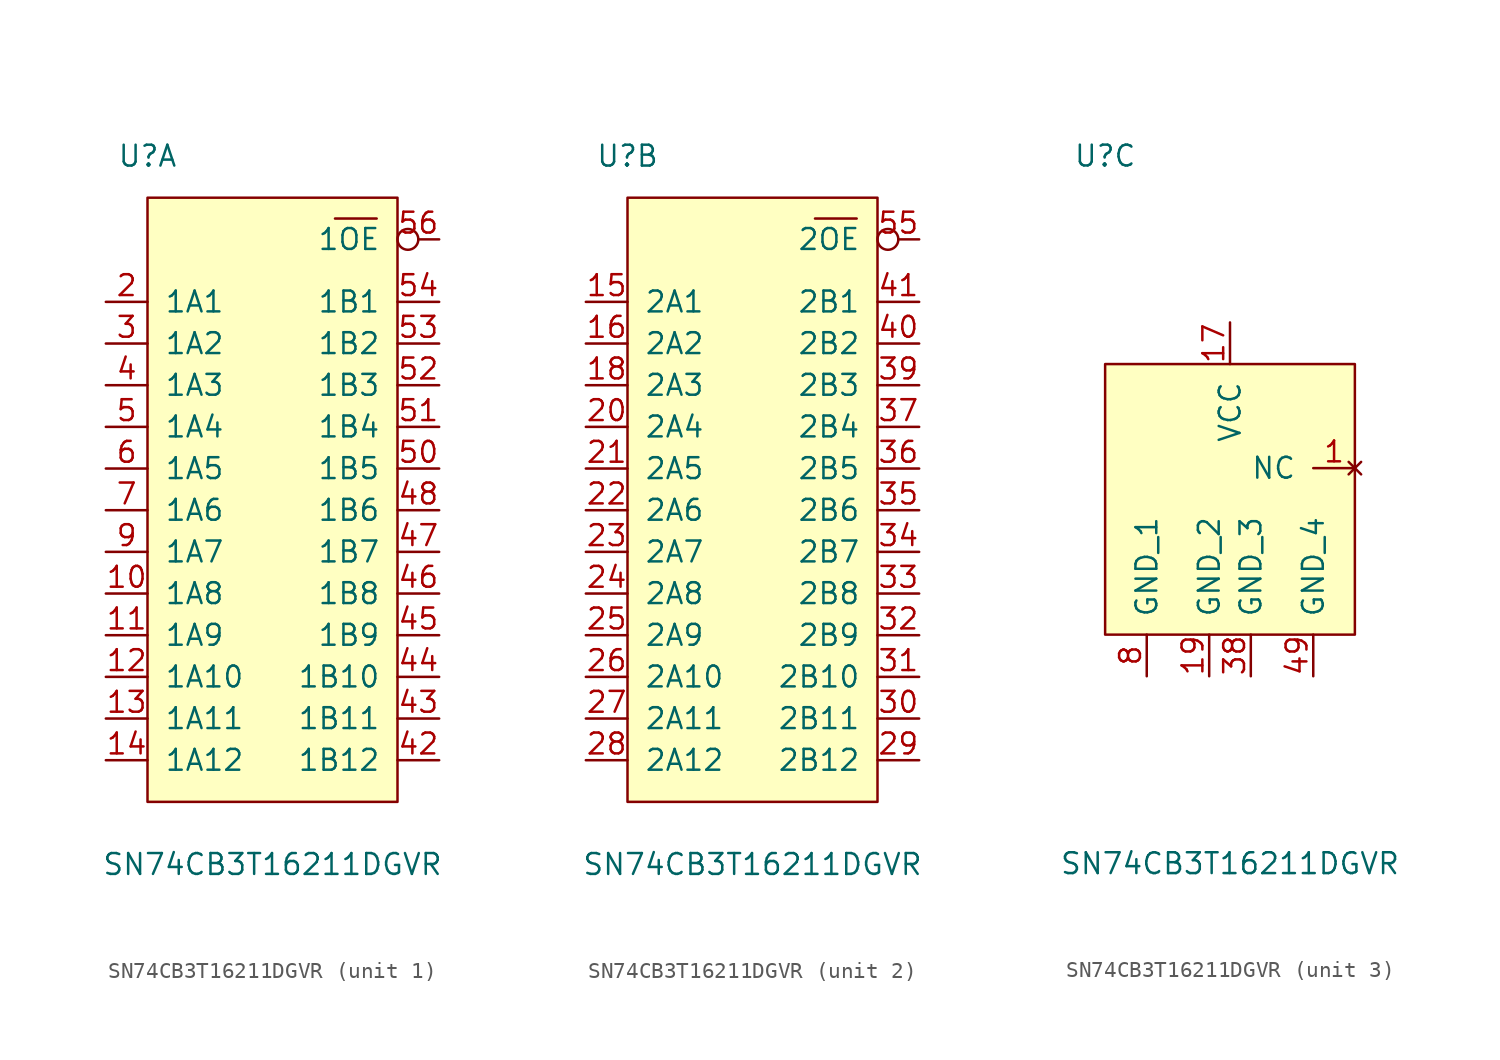
<source format=kicad_sym>
(kicad_symbol_lib
  (version 20211014)
  (generator kicad_symbol_editor)
  (symbol "SN74CB3T16211DGVR"
    (pin_names
      (offset 1.016))
    (property "Reference" "U"
      (at -7.62 20.32 0)
      (effects (font (size 1.27 1.27))))
    (property "Value" "SN74CB3T16211DGVR"
      (at 0 -22.86 0)
      (effects (font (size 1.27 1.27))))
    (property "ki_locked" ""
      (at 0 0 0)
      (effects (font (size 1.27 1.27))))
    (symbol "SN74CB3T16211DGVR_1_1"
      (rectangle (start -7.62 17.78) (end 7.62 -19.05) (stroke (width 0) (type default) (color 0 0 0 0)) (fill (type background)))
      (polyline (pts (xy 3.81 16.51) (xy 6.35 16.51)) (stroke (width 0) (type default) (color 0 0 0 0)) (fill (type none)))
      (pin bidirectional line (at -10.16 -6.35 0) (length 2.54) (name "1A8" (effects (font (size 1.27 1.27)))) (number "10" (effects (font (size 1.27 1.27)))))
      (pin bidirectional line (at -10.16 -8.89 0) (length 2.54) (name "1A9" (effects (font (size 1.27 1.27)))) (number "11" (effects (font (size 1.27 1.27)))))
      (pin bidirectional line (at -10.16 -11.43 0) (length 2.54) (name "1A10" (effects (font (size 1.27 1.27)))) (number "12" (effects (font (size 1.27 1.27)))))
      (pin bidirectional line (at -10.16 -13.97 0) (length 2.54) (name "1A11" (effects (font (size 1.27 1.27)))) (number "13" (effects (font (size 1.27 1.27)))))
      (pin bidirectional line (at -10.16 -16.51 0) (length 2.54) (name "1A12" (effects (font (size 1.27 1.27)))) (number "14" (effects (font (size 1.27 1.27)))))
      (pin bidirectional line (at -10.16 11.43 0) (length 2.54) (name "1A1" (effects (font (size 1.27 1.27)))) (number "2" (effects (font (size 1.27 1.27)))))
      (pin bidirectional line (at -10.16 8.89 0) (length 2.54) (name "1A2" (effects (font (size 1.27 1.27)))) (number "3" (effects (font (size 1.27 1.27)))))
      (pin bidirectional line (at -10.16 6.35 0) (length 2.54) (name "1A3" (effects (font (size 1.27 1.27)))) (number "4" (effects (font (size 1.27 1.27)))))
      (pin bidirectional line (at 10.16 -16.51 180) (length 2.54) (name "1B12" (effects (font (size 1.27 1.27)))) (number "42" (effects (font (size 1.27 1.27)))))
      (pin bidirectional line (at 10.16 -13.97 180) (length 2.54) (name "1B11" (effects (font (size 1.27 1.27)))) (number "43" (effects (font (size 1.27 1.27)))))
      (pin bidirectional line (at 10.16 -11.43 180) (length 2.54) (name "1B10" (effects (font (size 1.27 1.27)))) (number "44" (effects (font (size 1.27 1.27)))))
      (pin bidirectional line (at 10.16 -8.89 180) (length 2.54) (name "1B9" (effects (font (size 1.27 1.27)))) (number "45" (effects (font (size 1.27 1.27)))))
      (pin bidirectional line (at 10.16 -6.35 180) (length 2.54) (name "1B8" (effects (font (size 1.27 1.27)))) (number "46" (effects (font (size 1.27 1.27)))))
      (pin bidirectional line (at 10.16 -3.81 180) (length 2.54) (name "1B7" (effects (font (size 1.27 1.27)))) (number "47" (effects (font (size 1.27 1.27)))))
      (pin bidirectional line (at 10.16 -1.27 180) (length 2.54) (name "1B6" (effects (font (size 1.27 1.27)))) (number "48" (effects (font (size 1.27 1.27)))))
      (pin bidirectional line (at -10.16 3.81 0) (length 2.54) (name "1A4" (effects (font (size 1.27 1.27)))) (number "5" (effects (font (size 1.27 1.27)))))
      (pin bidirectional line (at 10.16 1.27 180) (length 2.54) (name "1B5" (effects (font (size 1.27 1.27)))) (number "50" (effects (font (size 1.27 1.27)))))
      (pin bidirectional line (at 10.16 3.81 180) (length 2.54) (name "1B4" (effects (font (size 1.27 1.27)))) (number "51" (effects (font (size 1.27 1.27)))))
      (pin bidirectional line (at 10.16 6.35 180) (length 2.54) (name "1B3" (effects (font (size 1.27 1.27)))) (number "52" (effects (font (size 1.27 1.27)))))
      (pin bidirectional line (at 10.16 8.89 180) (length 2.54) (name "1B2" (effects (font (size 1.27 1.27)))) (number "53" (effects (font (size 1.27 1.27)))))
      (pin bidirectional line (at 10.16 11.43 180) (length 2.54) (name "1B1" (effects (font (size 1.27 1.27)))) (number "54" (effects (font (size 1.27 1.27)))))
      (pin input inverted (at 10.16 15.24 180) (length 2.54) (name "1OE" (effects (font (size 1.27 1.27)))) (number "56" (effects (font (size 1.27 1.27)))))
      (pin bidirectional line (at -10.16 1.27 0) (length 2.54) (name "1A5" (effects (font (size 1.27 1.27)))) (number "6" (effects (font (size 1.27 1.27)))))
      (pin bidirectional line (at -10.16 -1.27 0) (length 2.54) (name "1A6" (effects (font (size 1.27 1.27)))) (number "7" (effects (font (size 1.27 1.27)))))
      (pin bidirectional line (at -10.16 -3.81 0) (length 2.54) (name "1A7" (effects (font (size 1.27 1.27)))) (number "9" (effects (font (size 1.27 1.27))))))
    (symbol "SN74CB3T16211DGVR_2_1"
      (rectangle (start -7.62 17.78) (end 7.62 -19.05) (stroke (width 0) (type default) (color 0 0 0 0)) (fill (type background)))
      (polyline (pts (xy 3.81 16.51) (xy 6.35 16.51)) (stroke (width 0) (type default) (color 0 0 0 0)) (fill (type none)))
      (pin bidirectional line (at -10.16 11.43 0) (length 2.54) (name "2A1" (effects (font (size 1.27 1.27)))) (number "15" (effects (font (size 1.27 1.27)))))
      (pin bidirectional line (at -10.16 8.89 0) (length 2.54) (name "2A2" (effects (font (size 1.27 1.27)))) (number "16" (effects (font (size 1.27 1.27)))))
      (pin bidirectional line (at -10.16 6.35 0) (length 2.54) (name "2A3" (effects (font (size 1.27 1.27)))) (number "18" (effects (font (size 1.27 1.27)))))
      (pin bidirectional line (at -10.16 3.81 0) (length 2.54) (name "2A4" (effects (font (size 1.27 1.27)))) (number "20" (effects (font (size 1.27 1.27)))))
      (pin bidirectional line (at -10.16 1.27 0) (length 2.54) (name "2A5" (effects (font (size 1.27 1.27)))) (number "21" (effects (font (size 1.27 1.27)))))
      (pin bidirectional line (at -10.16 -1.27 0) (length 2.54) (name "2A6" (effects (font (size 1.27 1.27)))) (number "22" (effects (font (size 1.27 1.27)))))
      (pin bidirectional line (at -10.16 -3.81 0) (length 2.54) (name "2A7" (effects (font (size 1.27 1.27)))) (number "23" (effects (font (size 1.27 1.27)))))
      (pin bidirectional line (at -10.16 -6.35 0) (length 2.54) (name "2A8" (effects (font (size 1.27 1.27)))) (number "24" (effects (font (size 1.27 1.27)))))
      (pin bidirectional line (at -10.16 -8.89 0) (length 2.54) (name "2A9" (effects (font (size 1.27 1.27)))) (number "25" (effects (font (size 1.27 1.27)))))
      (pin bidirectional line (at -10.16 -11.43 0) (length 2.54) (name "2A10" (effects (font (size 1.27 1.27)))) (number "26" (effects (font (size 1.27 1.27)))))
      (pin bidirectional line (at -10.16 -13.97 0) (length 2.54) (name "2A11" (effects (font (size 1.27 1.27)))) (number "27" (effects (font (size 1.27 1.27)))))
      (pin bidirectional line (at -10.16 -16.51 0) (length 2.54) (name "2A12" (effects (font (size 1.27 1.27)))) (number "28" (effects (font (size 1.27 1.27)))))
      (pin bidirectional line (at 10.16 -16.51 180) (length 2.54) (name "2B12" (effects (font (size 1.27 1.27)))) (number "29" (effects (font (size 1.27 1.27)))))
      (pin bidirectional line (at 10.16 -13.97 180) (length 2.54) (name "2B11" (effects (font (size 1.27 1.27)))) (number "30" (effects (font (size 1.27 1.27)))))
      (pin bidirectional line (at 10.16 -11.43 180) (length 2.54) (name "2B10" (effects (font (size 1.27 1.27)))) (number "31" (effects (font (size 1.27 1.27)))))
      (pin bidirectional line (at 10.16 -8.89 180) (length 2.54) (name "2B9" (effects (font (size 1.27 1.27)))) (number "32" (effects (font (size 1.27 1.27)))))
      (pin bidirectional line (at 10.16 -6.35 180) (length 2.54) (name "2B8" (effects (font (size 1.27 1.27)))) (number "33" (effects (font (size 1.27 1.27)))))
      (pin bidirectional line (at 10.16 -3.81 180) (length 2.54) (name "2B7" (effects (font (size 1.27 1.27)))) (number "34" (effects (font (size 1.27 1.27)))))
      (pin bidirectional line (at 10.16 -1.27 180) (length 2.54) (name "2B6" (effects (font (size 1.27 1.27)))) (number "35" (effects (font (size 1.27 1.27)))))
      (pin bidirectional line (at 10.16 1.27 180) (length 2.54) (name "2B5" (effects (font (size 1.27 1.27)))) (number "36" (effects (font (size 1.27 1.27)))))
      (pin bidirectional line (at 10.16 3.81 180) (length 2.54) (name "2B4" (effects (font (size 1.27 1.27)))) (number "37" (effects (font (size 1.27 1.27)))))
      (pin bidirectional line (at 10.16 6.35 180) (length 2.54) (name "2B3" (effects (font (size 1.27 1.27)))) (number "39" (effects (font (size 1.27 1.27)))))
      (pin bidirectional line (at 10.16 8.89 180) (length 2.54) (name "2B2" (effects (font (size 1.27 1.27)))) (number "40" (effects (font (size 1.27 1.27)))))
      (pin bidirectional line (at 10.16 11.43 180) (length 2.54) (name "2B1" (effects (font (size 1.27 1.27)))) (number "41" (effects (font (size 1.27 1.27)))))
      (pin input inverted (at 10.16 15.24 180) (length 2.54) (name "2OE" (effects (font (size 1.27 1.27)))) (number "55" (effects (font (size 1.27 1.27))))))
    (symbol "SN74CB3T16211DGVR_3_1"
      (rectangle (start -7.62 7.62) (end 7.62 -8.89) (stroke (width 0) (type default) (color 0 0 0 0)) (fill (type background)))
      (pin no_connect line (at 7.62 1.27 180) (length 2.54) (name "NC" (effects (font (size 1.27 1.27)))) (number "1" (effects (font (size 1.27 1.27)))))
      (pin power_in line (at 0 10.16 270) (length 2.54) (name "VCC" (effects (font (size 1.27 1.27)))) (number "17" (effects (font (size 1.27 1.27)))))
      (pin power_in line (at -1.27 -11.43 90) (length 2.54) (name "GND_2" (effects (font (size 1.27 1.27)))) (number "19" (effects (font (size 1.27 1.27)))))
      (pin power_in line (at 1.27 -11.43 90) (length 2.54) (name "GND_3" (effects (font (size 1.27 1.27)))) (number "38" (effects (font (size 1.27 1.27)))))
      (pin power_in line (at 5.08 -11.43 90) (length 2.54) (name "GND_4" (effects (font (size 1.27 1.27)))) (number "49" (effects (font (size 1.27 1.27)))))
      (pin power_in line (at -5.08 -11.43 90) (length 2.54) (name "GND_1" (effects (font (size 1.27 1.27)))) (number "8" (effects (font (size 1.27 1.27))))))))
</source>
